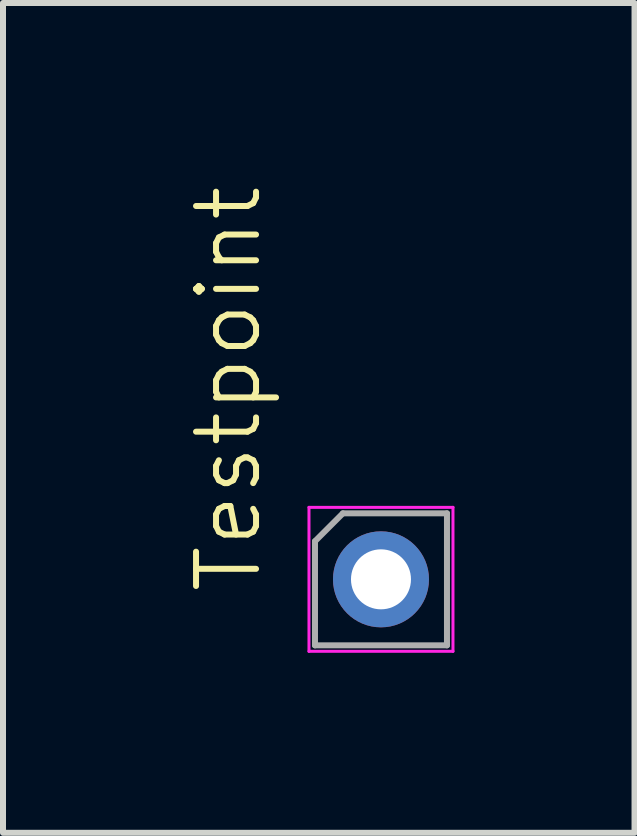
<source format=kicad_pcb>
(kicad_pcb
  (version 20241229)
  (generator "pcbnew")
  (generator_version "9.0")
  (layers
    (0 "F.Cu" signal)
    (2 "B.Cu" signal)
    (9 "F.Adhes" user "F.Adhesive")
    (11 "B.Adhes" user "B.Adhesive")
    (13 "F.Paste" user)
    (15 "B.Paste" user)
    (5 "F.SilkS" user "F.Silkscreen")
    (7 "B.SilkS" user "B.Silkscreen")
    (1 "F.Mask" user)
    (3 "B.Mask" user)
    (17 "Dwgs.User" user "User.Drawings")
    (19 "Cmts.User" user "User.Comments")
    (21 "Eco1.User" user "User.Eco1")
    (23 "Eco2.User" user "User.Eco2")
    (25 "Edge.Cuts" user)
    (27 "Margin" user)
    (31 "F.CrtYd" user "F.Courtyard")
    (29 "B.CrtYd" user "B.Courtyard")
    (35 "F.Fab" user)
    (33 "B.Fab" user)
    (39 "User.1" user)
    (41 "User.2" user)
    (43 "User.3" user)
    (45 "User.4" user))
  (footprint "Testpoint"
    (layer "F.Cu")
    (at 3.3 6.606)
    (property "Reference" "Testpoint" (at -2.54 -3.175 90) (unlocked yes) (layer "F.SilkS") (effects (font (size 1 1) (thickness 0.1))))
    (attr through_hole)
    (fp_line (start -1.2 -1.2) (end -1.2 1.2) (stroke (width 0.05) (type solid)) (layer "F.CrtYd"))
    (fp_line (start -1.2 1.2) (end 1.2 1.2) (stroke (width 0.05) (type solid)) (layer "F.CrtYd"))
    (fp_line (start 1.2 -1.2) (end -1.2 -1.2) (stroke (width 0.05) (type solid)) (layer "F.CrtYd"))
    (fp_line (start 1.2 1.2) (end 1.2 -1.2) (stroke (width 0.05) (type solid)) (layer "F.CrtYd"))
    (fp_line (start -1.1 -0.635) (end -0.635 -1.1) (stroke (width 0.1) (type solid)) (layer "F.Fab"))
    (fp_line (start -1.1 1.1) (end -1.1 -0.635) (stroke (width 0.1) (type solid)) (layer "F.Fab"))
    (fp_line (start -0.635 -1.1) (end 1.1 -1.1) (stroke (width 0.1) (type solid)) (layer "F.Fab"))
    (fp_line (start 1.1 -1.1) (end 1.1 1.1) (stroke (width 0.1) (type solid)) (layer "F.Fab"))
    (fp_line (start 1.1 1.1) (end -1.1 1.1) (stroke (width 0.1) (type solid)) (layer "F.Fab"))
    (pad "1" thru_hole circle (at 0 0) (size 1.6 1.6) (drill 1) (layers "*.Cu" "*.Mask")))
  (gr_rect
    (start -3 -3)
    (end 7.526 10.831)
    (stroke (width 0.1) (type default))
    (fill no)
    (layer "Edge.Cuts")))
</source>
